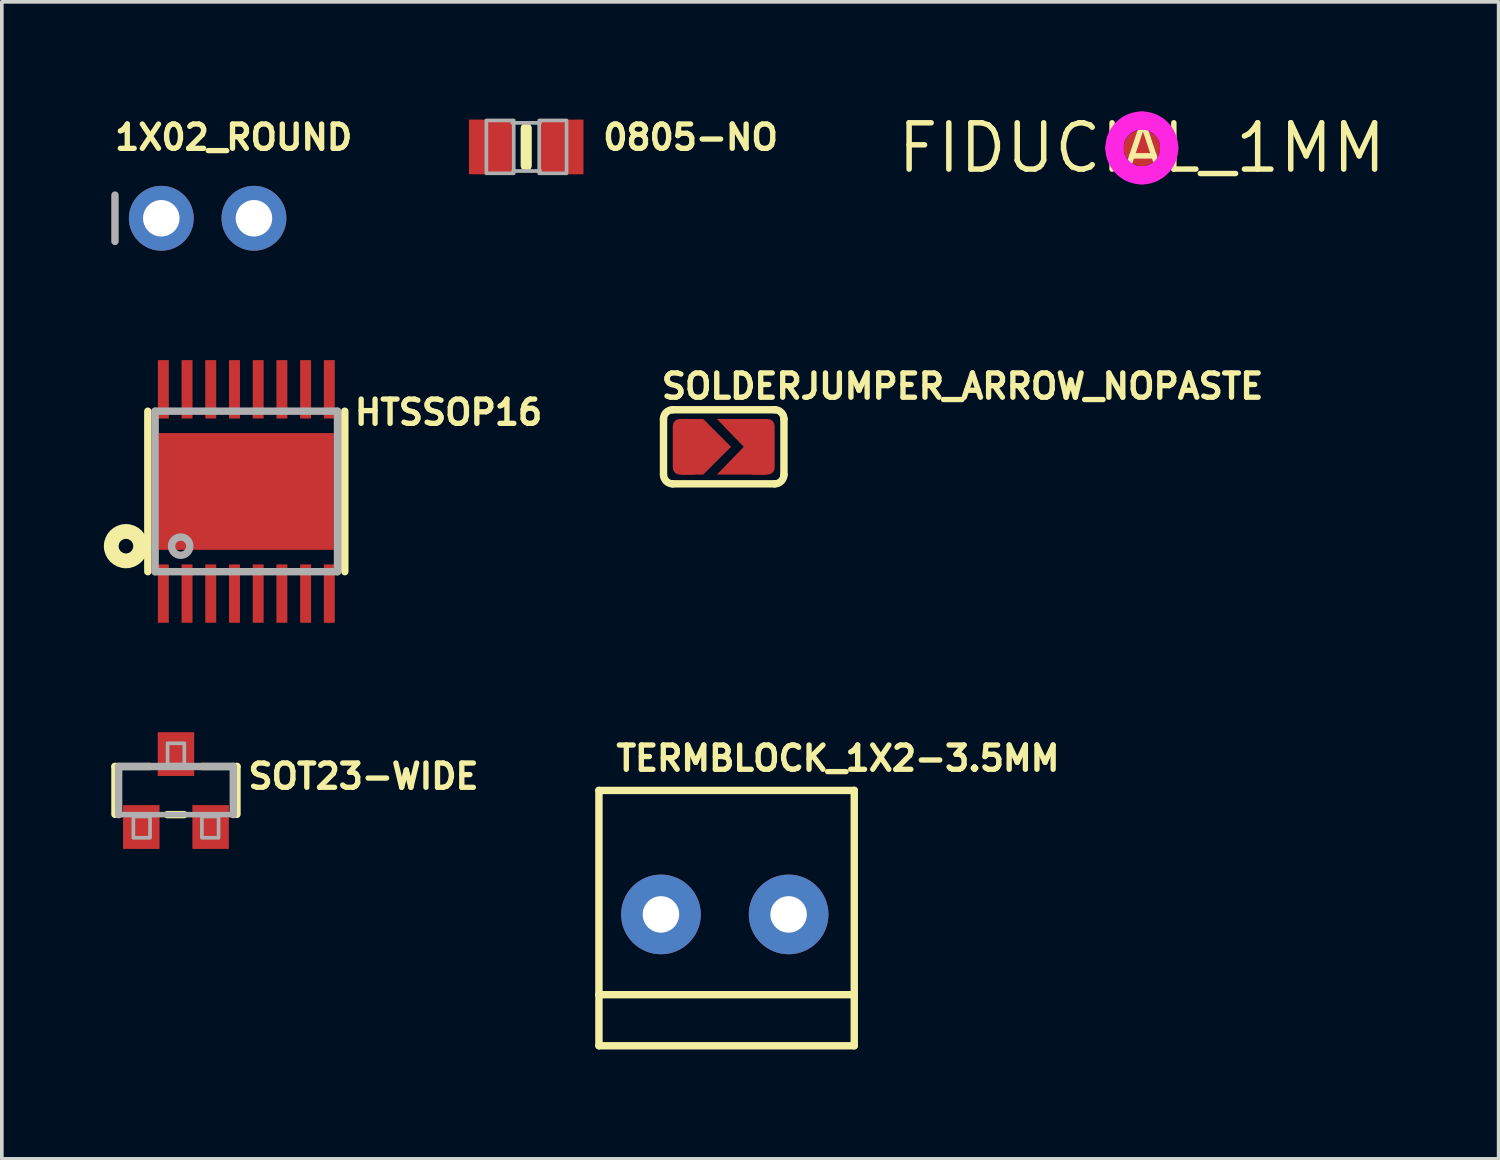
<source format=kicad_pcb>
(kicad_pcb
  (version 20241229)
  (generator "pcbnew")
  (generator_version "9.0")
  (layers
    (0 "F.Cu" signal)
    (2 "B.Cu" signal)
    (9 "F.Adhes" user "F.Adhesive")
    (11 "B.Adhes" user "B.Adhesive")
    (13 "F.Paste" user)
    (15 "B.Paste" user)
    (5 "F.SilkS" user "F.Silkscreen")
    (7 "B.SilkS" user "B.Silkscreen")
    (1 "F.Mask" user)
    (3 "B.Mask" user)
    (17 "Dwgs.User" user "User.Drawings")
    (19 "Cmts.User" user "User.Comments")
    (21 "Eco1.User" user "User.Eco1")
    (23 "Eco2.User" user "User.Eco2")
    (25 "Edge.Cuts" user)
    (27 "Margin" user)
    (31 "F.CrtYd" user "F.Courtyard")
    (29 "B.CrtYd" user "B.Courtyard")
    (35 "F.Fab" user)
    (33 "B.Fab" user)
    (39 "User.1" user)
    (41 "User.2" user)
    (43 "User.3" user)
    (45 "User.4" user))
  (footprint "SOT23-WIDE"
    (layer "F.Cu")
    (at 1.774 18.623)
    (property "Reference" "SOT23-WIDE" (at 1.905 0 0) (layer "F.SilkS") (effects (font (size 0.666 0.666) (thickness 0.146)) (justify left bottom)))
    (fp_line (start -1.672 -0.66) (end -0.714 -0.66) (stroke (width 0.203) (type solid)) (layer "F.SilkS"))
    (fp_line (start -1.672 0.652) (end -1.672 -0.66) (stroke (width 0.203) (type solid)) (layer "F.SilkS"))
    (fp_line (start 0.222 0.66) (end -0.236 0.66) (stroke (width 0.203) (type solid)) (layer "F.SilkS"))
    (fp_line (start 0.714 -0.66) (end 1.672 -0.66) (stroke (width 0.203) (type solid)) (layer "F.SilkS"))
    (fp_line (start 1.672 -0.66) (end 1.672 0.652) (stroke (width 0.203) (type solid)) (layer "F.SilkS"))
    (fp_line (start -1.572 -0.66) (end 1.572 -0.66) (stroke (width 0.203) (type solid)) (layer "F.Fab"))
    (fp_line (start -1.572 0.66) (end -1.572 -0.66) (stroke (width 0.203) (type solid)) (layer "F.Fab"))
    (fp_line (start 1.572 -0.66) (end 1.572 0.66) (stroke (width 0.203) (type solid)) (layer "F.Fab"))
    (fp_line (start 1.572 0.66) (end -1.572 0.66) (stroke (width 0.152) (type solid)) (layer "F.Fab"))
    (fp_poly (pts (xy -1.168 1.295) (xy -0.711 1.295) (xy -0.711 0.711) (xy -1.168 0.711)) (stroke (width 0.1) (type solid)) (fill no) (layer "F.Fab"))
    (fp_poly (pts (xy -0.229 -0.711) (xy 0.229 -0.711) (xy 0.229 -1.295) (xy -0.229 -1.295)) (stroke (width 0.1) (type solid)) (fill no) (layer "F.Fab"))
    (fp_poly (pts (xy 0.711 1.295) (xy 1.168 1.295) (xy 1.168 0.711) (xy 0.711 0.711)) (stroke (width 0.1) (type solid)) (fill no) (layer "F.Fab"))
    (pad "1" smd rect (at -0.95 1) (size 1 1.2) (layers "F.Cu" "F.Mask" "F.Paste"))
    (pad "2" smd rect (at 0.95 1) (size 1 1.2) (layers "F.Cu" "F.Mask" "F.Paste"))
    (pad "3" smd rect (at 0 -1) (size 1 1.2) (layers "F.Cu" "F.Mask" "F.Paste")))
  (footprint "TERMBLOCK_1X2-3.5MM"
    (layer "F.Cu")
    (at 16.77 22.019)
    (property "Reference" "TERMBLOCK_1X2-3.5MM" (at -3 -3.89 0) (layer "F.SilkS") (effects (font (size 0.666 0.666) (thickness 0.146)) (justify left bottom)))
    (fp_line (start -3.4 -3.4) (end -3.4 2.2) (stroke (width 0.203) (type solid)) (layer "F.SilkS"))
    (fp_line (start -3.4 2.2) (end -3.4 3.6) (stroke (width 0.203) (type solid)) (layer "F.SilkS"))
    (fp_line (start -3.4 2.2) (end 3.6 2.2) (stroke (width 0.203) (type solid)) (layer "F.SilkS"))
    (fp_line (start -3.4 3.6) (end 3.6 3.6) (stroke (width 0.203) (type solid)) (layer "F.SilkS"))
    (fp_line (start 3.6 -3.4) (end -3.4 -3.4) (stroke (width 0.203) (type solid)) (layer "F.SilkS"))
    (fp_line (start 3.6 2.2) (end 3.6 -3.4) (stroke (width 0.203) (type solid)) (layer "F.SilkS"))
    (fp_line (start 3.6 3.6) (end 3.6 2.2) (stroke (width 0.203) (type solid)) (layer "F.SilkS"))
    (pad "1" thru_hole circle (at 1.8 0) (size 2.184 2.184) (drill 1) (layers "*.Cu" "*.Mask"))
    (pad "2" thru_hole circle (at -1.7 0) (size 2.184 2.184) (drill 1) (layers "*.Cu" "*.Mask")))
  (footprint "1X02_ROUND"
    (layer "F.Cu")
    (at 2.642 2.934)
    (property "Reference" "1X02_ROUND" (at -2.616 -1.829 0) (layer "F.SilkS") (effects (font (size 0.666 0.666) (thickness 0.146)) (justify left bottom)))
    (fp_line (start -2.54 -0.635) (end -2.54 0.635) (stroke (width 0.203) (type solid)) (layer "F.Fab"))
    (fp_poly (pts (xy -1.524 0.254) (xy -1.016 0.254) (xy -1.016 -0.254) (xy -1.524 -0.254)) (stroke (width 0.1) (type solid)) (fill no) (layer "F.Fab"))
    (fp_poly (pts (xy 1.016 0.254) (xy 1.524 0.254) (xy 1.524 -0.254) (xy 1.016 -0.254)) (stroke (width 0.1) (type solid)) (fill no) (layer "F.Fab"))
    (pad "1" thru_hole circle (at -1.27 0 90) (size 1.778 1.778) (drill 1) (layers "*.Cu" "*.Mask"))
    (pad "2" thru_hole circle (at 1.27 0 90) (size 1.778 1.778) (drill 1) (layers "*.Cu" "*.Mask")))
  (footprint "HTSSOP16"
    (layer "F.Cu")
    (at 3.703 10.423)
    (property "Reference" "HTSSOP16" (at 2.894 -1.778 0) (layer "F.SilkS") (effects (font (size 0.666 0.666) (thickness 0.146)) (justify left bottom)))
    (fp_line (start -2.7 -2.2) (end -2.7 2.2) (stroke (width 0.203) (type solid)) (layer "F.SilkS"))
    (fp_line (start 2.7 -2.2) (end 2.7 2.2) (stroke (width 0.203) (type solid)) (layer "F.SilkS"))
    (fp_circle (center -3.3 1.5) (end -3.1 1.5) (stroke (width 0.406) (type solid)) (fill no) (layer "F.SilkS"))
    (fp_poly (pts (xy -1.155 1.23) (xy 1.155 1.23) (xy 1.155 -1.23) (xy -1.155 -1.23)) (stroke (width 0) (type solid)) (fill yes) (layer "F.Paste"))
    (fp_line (start -2.5 -2.2) (end 2.5 -2.2) (stroke (width 0.203) (type solid)) (layer "F.Fab"))
    (fp_line (start -2.5 2.2) (end -2.5 -2.2) (stroke (width 0.203) (type solid)) (layer "F.Fab"))
    (fp_line (start 2.5 -2.2) (end 2.5 2.2) (stroke (width 0.203) (type solid)) (layer "F.Fab"))
    (fp_line (start 2.5 2.2) (end -2.5 2.2) (stroke (width 0.203) (type solid)) (layer "F.Fab"))
    (fp_circle (center -1.8 1.5) (end -1.55 1.5) (stroke (width 0.203) (type solid)) (fill no) (layer "F.Fab"))
    (pad "1" smd rect (at -2.275 2.8) (size 0.3 1.6) (layers "F.Cu" "F.Mask" "F.Paste"))
    (pad "2" smd rect (at -1.625 2.8) (size 0.3 1.6) (layers "F.Cu" "F.Mask" "F.Paste"))
    (pad "3" smd rect (at -0.975 2.8) (size 0.3 1.6) (layers "F.Cu" "F.Mask" "F.Paste"))
    (pad "4" smd rect (at -0.325 2.8) (size 0.3 1.6) (layers "F.Cu" "F.Mask" "F.Paste"))
    (pad "5" smd rect (at 0.325 2.8) (size 0.3 1.6) (layers "F.Cu" "F.Mask" "F.Paste"))
    (pad "6" smd rect (at 0.975 2.8) (size 0.3 1.6) (layers "F.Cu" "F.Mask" "F.Paste"))
    (pad "7" smd rect (at 1.625 2.8) (size 0.3 1.6) (layers "F.Cu" "F.Mask" "F.Paste"))
    (pad "8" smd rect (at 2.275 2.8) (size 0.3 1.6) (layers "F.Cu" "F.Mask" "F.Paste"))
    (pad "9" smd rect (at 2.275 -2.8) (size 0.3 1.6) (layers "F.Cu" "F.Mask" "F.Paste"))
    (pad "10" smd rect (at 1.625 -2.8) (size 0.3 1.6) (layers "F.Cu" "F.Mask" "F.Paste"))
    (pad "11" smd rect (at 0.975 -2.8) (size 0.3 1.6) (layers "F.Cu" "F.Mask" "F.Paste"))
    (pad "12" smd rect (at 0.325 -2.8) (size 0.3 1.6) (layers "F.Cu" "F.Mask" "F.Paste"))
    (pad "13" smd rect (at -0.325 -2.8) (size 0.3 1.6) (layers "F.Cu" "F.Mask" "F.Paste"))
    (pad "14" smd rect (at -0.975 -2.8) (size 0.3 1.6) (layers "F.Cu" "F.Mask" "F.Paste"))
    (pad "15" smd rect (at -1.625 -2.8) (size 0.3 1.6) (layers "F.Cu" "F.Mask" "F.Paste"))
    (pad "16" smd rect (at -2.275 -2.8) (size 0.3 1.6) (layers "F.Cu" "F.Mask" "F.Paste"))
    (pad "PPAD" smd rect (at 0 0) (size 4.8 3.2) (layers "F.Cu" "F.Mask")))
  (footprint "0805-NO"
    (layer "F.Cu")
    (at 11.376 0.978)
    (property "Reference" "0805-NO" (at 2.032 0.127 0) (layer "F.SilkS") (effects (font (size 0.666 0.666) (thickness 0.146)) (justify left bottom)))
    (fp_line (start 0 -0.508) (end 0 0.508) (stroke (width 0.305) (type solid)) (layer "F.SilkS"))
    (fp_line (start -0.381 -0.66) (end 0.381 -0.66) (stroke (width 0.102) (type solid)) (layer "F.Fab"))
    (fp_line (start -0.356 0.66) (end 0.381 0.66) (stroke (width 0.102) (type solid)) (layer "F.Fab"))
    (fp_poly (pts (xy -1.092 0.724) (xy -0.342 0.724) (xy -0.342 -0.726) (xy -1.092 -0.726)) (stroke (width 0.1) (type solid)) (fill no) (layer "F.Fab"))
    (fp_poly (pts (xy 0.356 0.724) (xy 1.106 0.724) (xy 1.106 -0.726) (xy 0.356 -0.726)) (stroke (width 0.1) (type solid)) (fill no) (layer "F.Fab"))
    (pad "1" smd rect (at -0.95 0) (size 1.24 1.5) (layers "F.Cu" "F.Mask" "F.Paste"))
    (pad "2" smd rect (at 0.95 0) (size 1.24 1.5) (layers "F.Cu" "F.Mask" "F.Paste")))
  (footprint "FIDUCIAL_1MM"
    (layer "F.Cu")
    (at 28.254 1.006)
    (property "Reference" "FIDUCIAL_1MM" (at 0 0 0) (layer "F.SilkS") (effects (font (size 1.27 1.27) (thickness 0.15))))
    (fp_arc (start -0.75 0) (mid -0.53033 -0.53033) (end 0 -0.75) (stroke (width 0.5) (type solid)) (layer "F.Mask"))
    (fp_arc (start 0 -0.75) (mid 0.53033 -0.53033) (end 0.75 0) (stroke (width 0.5) (type solid)) (layer "F.Mask"))
    (fp_arc (start 0 0.75) (mid -0.53033 0.53033) (end -0.75 0) (stroke (width 0.5) (type solid)) (layer "F.Mask"))
    (fp_arc (start 0.75 0) (mid 0.53033 0.53033) (end 0 0.75) (stroke (width 0.5) (type solid)) (layer "F.Mask"))
    (fp_arc (start -0.75 0) (mid -0.53033 -0.53033) (end 0 -0.75) (stroke (width 0.5) (type solid)) (layer "F.CrtYd"))
    (fp_arc (start 0 -0.75) (mid 0.53033 -0.53033) (end 0.75 0) (stroke (width 0.5) (type solid)) (layer "F.CrtYd"))
    (fp_arc (start 0 0.75) (mid -0.53033 0.53033) (end -0.75 0) (stroke (width 0.5) (type solid)) (layer "F.CrtYd"))
    (fp_arc (start 0.75 0) (mid 0.53033 0.53033) (end 0 0.75) (stroke (width 0.5) (type solid)) (layer "F.CrtYd"))
    (pad "1" smd roundrect (at 0 0) (size 1 1) (layers "F.Cu" "F.Mask") (roundrect_rratio 0.5)))
  (footprint "SOLDERJUMPER_ARROW_NOPASTE"
    (layer "F.Cu")
    (at 16.791 9.199)
    (property "Reference" "SOLDERJUMPER_ARROW_NOPASTE" (at -1.778 -1.27 0) (layer "F.SilkS") (effects (font (size 0.666 0.666) (thickness 0.146)) (justify left bottom)))
    (fp_poly (pts (xy 0.201 0) (xy -0.561 0.762) (xy -1.168 0.762) (xy -1.168 -0.762) (xy -0.561 -0.762)) (stroke (width 0) (type solid)) (fill yes) (layer "F.Cu"))
    (fp_poly (pts (xy 1.168 0.762) (xy -0.187 0.762) (xy 0.549 0) (xy -0.187 -0.762) (xy 1.168 -0.762)) (stroke (width 0) (type solid)) (fill yes) (layer "F.Cu"))
    (fp_poly (pts (xy -1.46 0.826) (xy 1.46 0.826) (xy 1.46 -0.826) (xy -1.46 -0.826)) (stroke (width 0) (type solid)) (fill yes) (layer "F.Mask"))
    (fp_line (start -1.651 0.762) (end -1.651 -0.762) (stroke (width 0.203) (type solid)) (layer "F.SilkS"))
    (fp_line (start -1.397 -1.016) (end 1.397 -1.016) (stroke (width 0.203) (type solid)) (layer "F.SilkS"))
    (fp_line (start 1.397 1.016) (end -1.397 1.016) (stroke (width 0.203) (type solid)) (layer "F.SilkS"))
    (fp_line (start 1.651 0.762) (end 1.651 -0.762) (stroke (width 0.203) (type solid)) (layer "F.SilkS"))
    (fp_arc (start -1.651 -0.762) (mid -1.576605 -0.941605) (end -1.397 -1.016) (stroke (width 0.2032) (type solid)) (layer "F.SilkS"))
    (fp_arc (start -1.397 1.016) (mid -1.576605 0.941605) (end -1.651 0.762) (stroke (width 0.2032) (type solid)) (layer "F.SilkS"))
    (fp_arc (start 1.397 -1.016) (mid 1.576605 -0.941605) (end 1.651 -0.762) (stroke (width 0.2032) (type solid)) (layer "F.SilkS"))
    (fp_arc (start 1.651 0.762) (mid 1.576605 0.941605) (end 1.397 1.016) (stroke (width 0.2032) (type solid)) (layer "F.SilkS"))
    (pad "1" smd roundrect (at -1.016 0) (size 0.762 1.524) (layers "F.Cu") (roundrect_rratio 0.25))
    (pad "2" smd roundrect (at 1.016 0) (size 0.762 1.524) (layers "F.Cu") (roundrect_rratio 0.25)))
  (gr_rect
    (start -3 -3)
    (end 38.035 28.72)
    (stroke (width 0.1) (type default))
    (fill no)
    (layer "Edge.Cuts")))
</source>
